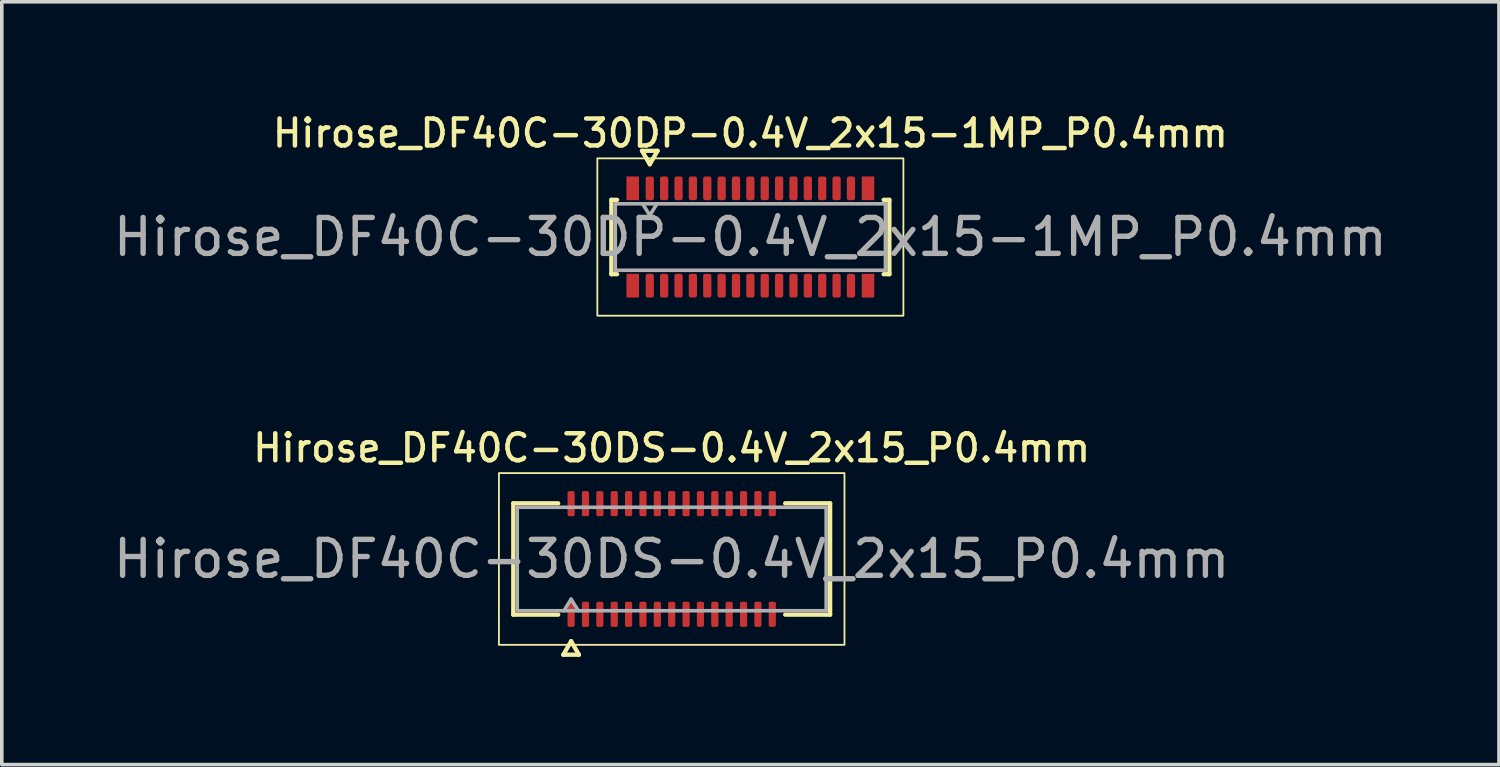
<source format=kicad_pcb>
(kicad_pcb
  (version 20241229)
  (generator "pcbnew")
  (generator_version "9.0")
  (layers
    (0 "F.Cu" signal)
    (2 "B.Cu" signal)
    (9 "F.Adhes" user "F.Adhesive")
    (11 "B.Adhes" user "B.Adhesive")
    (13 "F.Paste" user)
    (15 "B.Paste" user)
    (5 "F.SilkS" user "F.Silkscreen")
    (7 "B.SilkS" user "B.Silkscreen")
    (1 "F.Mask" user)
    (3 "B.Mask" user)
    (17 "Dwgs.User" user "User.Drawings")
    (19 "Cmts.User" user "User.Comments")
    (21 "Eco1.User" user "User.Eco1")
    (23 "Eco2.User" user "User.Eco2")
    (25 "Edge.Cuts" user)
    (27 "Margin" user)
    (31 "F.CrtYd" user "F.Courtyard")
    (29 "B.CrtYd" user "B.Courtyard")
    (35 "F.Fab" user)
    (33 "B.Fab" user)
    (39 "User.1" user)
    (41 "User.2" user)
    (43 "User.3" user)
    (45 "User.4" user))
  (footprint "Hirose_DF40C-30DP-0.4V_2x15-1MP_P0.4mm"
    (layer "F.Cu")
    (at 17.839 3.548)
    (property "Reference" "Hirose_DF40C-30DP-0.4V_2x15-1MP_P0.4mm" (at 0 -2.89 0) (layer "F.SilkS") (effects (font (size 0.75 0.75) (thickness 0.125))))
    (attr smd)
    (fp_line (start -3.87 -1.035) (end -3.71 -1.035) (stroke (width 0.12) (type solid)) (layer "F.SilkS"))
    (fp_line (start -3.87 1.035) (end -3.87 -1.035) (stroke (width 0.12) (type solid)) (layer "F.SilkS"))
    (fp_line (start -3.71 1.035) (end -3.87 1.035) (stroke (width 0.12) (type solid)) (layer "F.SilkS"))
    (fp_line (start -3.017 -2.4) (end -2.8 -2.025) (stroke (width 0.12) (type solid)) (layer "F.SilkS"))
    (fp_line (start -2.8 -2.025) (end -2.583 -2.4) (stroke (width 0.12) (type solid)) (layer "F.SilkS"))
    (fp_line (start -2.583 -2.4) (end -3.017 -2.4) (stroke (width 0.12) (type solid)) (layer "F.SilkS"))
    (fp_line (start 3.71 -1.035) (end 3.87 -1.035) (stroke (width 0.12) (type solid)) (layer "F.SilkS"))
    (fp_line (start 3.87 -1.035) (end 3.87 1.035) (stroke (width 0.12) (type solid)) (layer "F.SilkS"))
    (fp_line (start 3.87 1.035) (end 3.71 1.035) (stroke (width 0.12) (type solid)) (layer "F.SilkS"))
    (fp_rect (start -4.26 -2.19) (end 4.26 2.19) (stroke (width 0.05) (type solid)) (fill no) (layer "F.SilkS"))
    (fp_line (start -3.76 -0.925) (end 3.76 -0.925) (stroke (width 0.1) (type solid)) (layer "F.Fab"))
    (fp_line (start -3.76 0.925) (end -3.76 -0.925) (stroke (width 0.1) (type solid)) (layer "F.Fab"))
    (fp_line (start -3 -0.925) (end -2.8 -0.605) (stroke (width 0.1) (type solid)) (layer "F.Fab"))
    (fp_line (start -2.8 -0.605) (end -2.6 -0.925) (stroke (width 0.1) (type solid)) (layer "F.Fab"))
    (fp_line (start 3.76 -0.925) (end 3.76 0.925) (stroke (width 0.1) (type solid)) (layer "F.Fab"))
    (fp_line (start 3.76 0.925) (end -3.76 0.925) (stroke (width 0.1) (type solid)) (layer "F.Fab"))
    (fp_text user "${REFERENCE}" (at 0 0 0) (layer "F.Fab") (effects (font (size 1 1) (thickness 0.15))))
    (pad "1" smd roundrect (at -2.8 -1.355) (size 0.23 0.66) (layers "F.Cu" "F.Mask" "F.Paste") (roundrect_rratio 0.25))
    (pad "2" smd roundrect (at -2.8 1.355) (size 0.23 0.66) (layers "F.Cu" "F.Mask" "F.Paste") (roundrect_rratio 0.25))
    (pad "3" smd roundrect (at -2.4 -1.355) (size 0.23 0.66) (layers "F.Cu" "F.Mask" "F.Paste") (roundrect_rratio 0.25))
    (pad "4" smd roundrect (at -2.4 1.355) (size 0.23 0.66) (layers "F.Cu" "F.Mask" "F.Paste") (roundrect_rratio 0.25))
    (pad "5" smd roundrect (at -2 -1.355) (size 0.23 0.66) (layers "F.Cu" "F.Mask" "F.Paste") (roundrect_rratio 0.25))
    (pad "6" smd roundrect (at -2 1.355) (size 0.23 0.66) (layers "F.Cu" "F.Mask" "F.Paste") (roundrect_rratio 0.25))
    (pad "7" smd roundrect (at -1.6 -1.355) (size 0.23 0.66) (layers "F.Cu" "F.Mask" "F.Paste") (roundrect_rratio 0.25))
    (pad "8" smd roundrect (at -1.6 1.355) (size 0.23 0.66) (layers "F.Cu" "F.Mask" "F.Paste") (roundrect_rratio 0.25))
    (pad "9" smd roundrect (at -1.2 -1.355) (size 0.23 0.66) (layers "F.Cu" "F.Mask" "F.Paste") (roundrect_rratio 0.25))
    (pad "10" smd roundrect (at -1.2 1.355) (size 0.23 0.66) (layers "F.Cu" "F.Mask" "F.Paste") (roundrect_rratio 0.25))
    (pad "11" smd roundrect (at -0.8 -1.355) (size 0.23 0.66) (layers "F.Cu" "F.Mask" "F.Paste") (roundrect_rratio 0.25))
    (pad "12" smd roundrect (at -0.8 1.355) (size 0.23 0.66) (layers "F.Cu" "F.Mask" "F.Paste") (roundrect_rratio 0.25))
    (pad "13" smd roundrect (at -0.4 -1.355) (size 0.23 0.66) (layers "F.Cu" "F.Mask" "F.Paste") (roundrect_rratio 0.25))
    (pad "14" smd roundrect (at -0.4 1.355) (size 0.23 0.66) (layers "F.Cu" "F.Mask" "F.Paste") (roundrect_rratio 0.25))
    (pad "15" smd roundrect (at 0 -1.355) (size 0.23 0.66) (layers "F.Cu" "F.Mask" "F.Paste") (roundrect_rratio 0.25))
    (pad "16" smd roundrect (at 0 1.355) (size 0.23 0.66) (layers "F.Cu" "F.Mask" "F.Paste") (roundrect_rratio 0.25))
    (pad "17" smd roundrect (at 0.4 -1.355) (size 0.23 0.66) (layers "F.Cu" "F.Mask" "F.Paste") (roundrect_rratio 0.25))
    (pad "18" smd roundrect (at 0.4 1.355) (size 0.23 0.66) (layers "F.Cu" "F.Mask" "F.Paste") (roundrect_rratio 0.25))
    (pad "19" smd roundrect (at 0.8 -1.355) (size 0.23 0.66) (layers "F.Cu" "F.Mask" "F.Paste") (roundrect_rratio 0.25))
    (pad "20" smd roundrect (at 0.8 1.355) (size 0.23 0.66) (layers "F.Cu" "F.Mask" "F.Paste") (roundrect_rratio 0.25))
    (pad "21" smd roundrect (at 1.2 -1.355) (size 0.23 0.66) (layers "F.Cu" "F.Mask" "F.Paste") (roundrect_rratio 0.25))
    (pad "22" smd roundrect (at 1.2 1.355) (size 0.23 0.66) (layers "F.Cu" "F.Mask" "F.Paste") (roundrect_rratio 0.25))
    (pad "23" smd roundrect (at 1.6 -1.355) (size 0.23 0.66) (layers "F.Cu" "F.Mask" "F.Paste") (roundrect_rratio 0.25))
    (pad "24" smd roundrect (at 1.6 1.355) (size 0.23 0.66) (layers "F.Cu" "F.Mask" "F.Paste") (roundrect_rratio 0.25))
    (pad "25" smd roundrect (at 2 -1.355) (size 0.23 0.66) (layers "F.Cu" "F.Mask" "F.Paste") (roundrect_rratio 0.25))
    (pad "26" smd roundrect (at 2 1.355) (size 0.23 0.66) (layers "F.Cu" "F.Mask" "F.Paste") (roundrect_rratio 0.25))
    (pad "27" smd roundrect (at 2.4 -1.355) (size 0.23 0.66) (layers "F.Cu" "F.Mask" "F.Paste") (roundrect_rratio 0.25))
    (pad "28" smd roundrect (at 2.4 1.355) (size 0.23 0.66) (layers "F.Cu" "F.Mask" "F.Paste") (roundrect_rratio 0.25))
    (pad "29" smd roundrect (at 2.8 -1.355) (size 0.23 0.66) (layers "F.Cu" "F.Mask" "F.Paste") (roundrect_rratio 0.25))
    (pad "30" smd roundrect (at 2.8 1.355) (size 0.23 0.66) (layers "F.Cu" "F.Mask" "F.Paste") (roundrect_rratio 0.25))
    (pad "MP" smd rect (at -3.275 -1.355) (size 0.35 0.66) (layers "F.Cu" "F.Mask" "F.Paste"))
    (pad "MP" smd rect (at -3.275 1.355) (size 0.35 0.66) (layers "F.Cu" "F.Mask" "F.Paste"))
    (pad "MP" smd rect (at 3.275 -1.355) (size 0.35 0.66) (layers "F.Cu" "F.Mask" "F.Paste"))
    (pad "MP" smd rect (at 3.275 1.355) (size 0.35 0.66) (layers "F.Cu" "F.Mask" "F.Paste")))
  (footprint "Hirose_DF40C-30DS-0.4V_2x15_P0.4mm"
    (layer "F.Cu")
    (at 15.649 12.511)
    (property "Reference" "Hirose_DF40C-30DS-0.4V_2x15_P0.4mm" (at 0 -3.09 0) (layer "F.SilkS") (effects (font (size 0.75 0.75) (thickness 0.125))))
    (attr smd)
    (fp_line (start -4.41 -1.55) (end -3.16 -1.55) (stroke (width 0.12) (type solid)) (layer "F.SilkS"))
    (fp_line (start -4.41 1.55) (end -4.41 -1.55) (stroke (width 0.12) (type solid)) (layer "F.SilkS"))
    (fp_line (start -3.16 1.55) (end -4.41 1.55) (stroke (width 0.12) (type solid)) (layer "F.SilkS"))
    (fp_line (start -3.017 2.665) (end -2.8 2.29) (stroke (width 0.12) (type solid)) (layer "F.SilkS"))
    (fp_line (start -2.8 2.29) (end -2.583 2.665) (stroke (width 0.12) (type solid)) (layer "F.SilkS"))
    (fp_line (start -2.583 2.665) (end -3.017 2.665) (stroke (width 0.12) (type solid)) (layer "F.SilkS"))
    (fp_line (start 3.16 -1.55) (end 4.41 -1.55) (stroke (width 0.12) (type solid)) (layer "F.SilkS"))
    (fp_line (start 4.41 -1.55) (end 4.41 1.55) (stroke (width 0.12) (type solid)) (layer "F.SilkS"))
    (fp_line (start 4.41 1.55) (end 3.16 1.55) (stroke (width 0.12) (type solid)) (layer "F.SilkS"))
    (fp_rect (start -4.81 -2.39) (end 4.81 2.39) (stroke (width 0.05) (type solid)) (fill no) (layer "F.SilkS"))
    (fp_line (start -4.3 -1.44) (end 4.3 -1.44) (stroke (width 0.1) (type solid)) (layer "F.Fab"))
    (fp_line (start -4.3 1.44) (end -4.3 -1.44) (stroke (width 0.1) (type solid)) (layer "F.Fab"))
    (fp_line (start -3 1.44) (end -2.8 1.12) (stroke (width 0.1) (type solid)) (layer "F.Fab"))
    (fp_line (start -2.8 1.12) (end -2.6 1.44) (stroke (width 0.1) (type solid)) (layer "F.Fab"))
    (fp_line (start 4.3 -1.44) (end 4.3 1.44) (stroke (width 0.1) (type solid)) (layer "F.Fab"))
    (fp_line (start 4.3 1.44) (end -4.3 1.44) (stroke (width 0.1) (type solid)) (layer "F.Fab"))
    (fp_text user "${REFERENCE}" (at 0 0 0) (layer "F.Fab") (effects (font (size 1 1) (thickness 0.15))))
    (pad "1" smd roundrect (at -2.8 1.54) (size 0.2 0.7) (layers "F.Cu" "F.Mask" "F.Paste") (roundrect_rratio 0.25))
    (pad "2" smd roundrect (at -2.8 -1.54) (size 0.2 0.7) (layers "F.Cu" "F.Mask" "F.Paste") (roundrect_rratio 0.25))
    (pad "3" smd roundrect (at -2.4 1.54) (size 0.2 0.7) (layers "F.Cu" "F.Mask" "F.Paste") (roundrect_rratio 0.25))
    (pad "4" smd roundrect (at -2.4 -1.54) (size 0.2 0.7) (layers "F.Cu" "F.Mask" "F.Paste") (roundrect_rratio 0.25))
    (pad "5" smd roundrect (at -2 1.54) (size 0.2 0.7) (layers "F.Cu" "F.Mask" "F.Paste") (roundrect_rratio 0.25))
    (pad "6" smd roundrect (at -2 -1.54) (size 0.2 0.7) (layers "F.Cu" "F.Mask" "F.Paste") (roundrect_rratio 0.25))
    (pad "7" smd roundrect (at -1.6 1.54) (size 0.2 0.7) (layers "F.Cu" "F.Mask" "F.Paste") (roundrect_rratio 0.25))
    (pad "8" smd roundrect (at -1.6 -1.54) (size 0.2 0.7) (layers "F.Cu" "F.Mask" "F.Paste") (roundrect_rratio 0.25))
    (pad "9" smd roundrect (at -1.2 1.54) (size 0.2 0.7) (layers "F.Cu" "F.Mask" "F.Paste") (roundrect_rratio 0.25))
    (pad "10" smd roundrect (at -1.2 -1.54) (size 0.2 0.7) (layers "F.Cu" "F.Mask" "F.Paste") (roundrect_rratio 0.25))
    (pad "11" smd roundrect (at -0.8 1.54) (size 0.2 0.7) (layers "F.Cu" "F.Mask" "F.Paste") (roundrect_rratio 0.25))
    (pad "12" smd roundrect (at -0.8 -1.54) (size 0.2 0.7) (layers "F.Cu" "F.Mask" "F.Paste") (roundrect_rratio 0.25))
    (pad "13" smd roundrect (at -0.4 1.54) (size 0.2 0.7) (layers "F.Cu" "F.Mask" "F.Paste") (roundrect_rratio 0.25))
    (pad "14" smd roundrect (at -0.4 -1.54) (size 0.2 0.7) (layers "F.Cu" "F.Mask" "F.Paste") (roundrect_rratio 0.25))
    (pad "15" smd roundrect (at 0 1.54) (size 0.2 0.7) (layers "F.Cu" "F.Mask" "F.Paste") (roundrect_rratio 0.25))
    (pad "16" smd roundrect (at 0 -1.54) (size 0.2 0.7) (layers "F.Cu" "F.Mask" "F.Paste") (roundrect_rratio 0.25))
    (pad "17" smd roundrect (at 0.4 1.54) (size 0.2 0.7) (layers "F.Cu" "F.Mask" "F.Paste") (roundrect_rratio 0.25))
    (pad "18" smd roundrect (at 0.4 -1.54) (size 0.2 0.7) (layers "F.Cu" "F.Mask" "F.Paste") (roundrect_rratio 0.25))
    (pad "19" smd roundrect (at 0.8 1.54) (size 0.2 0.7) (layers "F.Cu" "F.Mask" "F.Paste") (roundrect_rratio 0.25))
    (pad "20" smd roundrect (at 0.8 -1.54) (size 0.2 0.7) (layers "F.Cu" "F.Mask" "F.Paste") (roundrect_rratio 0.25))
    (pad "21" smd roundrect (at 1.2 1.54) (size 0.2 0.7) (layers "F.Cu" "F.Mask" "F.Paste") (roundrect_rratio 0.25))
    (pad "22" smd roundrect (at 1.2 -1.54) (size 0.2 0.7) (layers "F.Cu" "F.Mask" "F.Paste") (roundrect_rratio 0.25))
    (pad "23" smd roundrect (at 1.6 1.54) (size 0.2 0.7) (layers "F.Cu" "F.Mask" "F.Paste") (roundrect_rratio 0.25))
    (pad "24" smd roundrect (at 1.6 -1.54) (size 0.2 0.7) (layers "F.Cu" "F.Mask" "F.Paste") (roundrect_rratio 0.25))
    (pad "25" smd roundrect (at 2 1.54) (size 0.2 0.7) (layers "F.Cu" "F.Mask" "F.Paste") (roundrect_rratio 0.25))
    (pad "26" smd roundrect (at 2 -1.54) (size 0.2 0.7) (layers "F.Cu" "F.Mask" "F.Paste") (roundrect_rratio 0.25))
    (pad "27" smd roundrect (at 2.4 1.54) (size 0.2 0.7) (layers "F.Cu" "F.Mask" "F.Paste") (roundrect_rratio 0.25))
    (pad "28" smd roundrect (at 2.4 -1.54) (size 0.2 0.7) (layers "F.Cu" "F.Mask" "F.Paste") (roundrect_rratio 0.25))
    (pad "29" smd roundrect (at 2.8 1.54) (size 0.2 0.7) (layers "F.Cu" "F.Mask" "F.Paste") (roundrect_rratio 0.25))
    (pad "30" smd roundrect (at 2.8 -1.54) (size 0.2 0.7) (layers "F.Cu" "F.Mask" "F.Paste") (roundrect_rratio 0.25)))
  (gr_rect
    (start -3 -3)
    (end 38.679 18.236)
    (stroke (width 0.1) (type default))
    (fill no)
    (layer "Edge.Cuts")))
</source>
